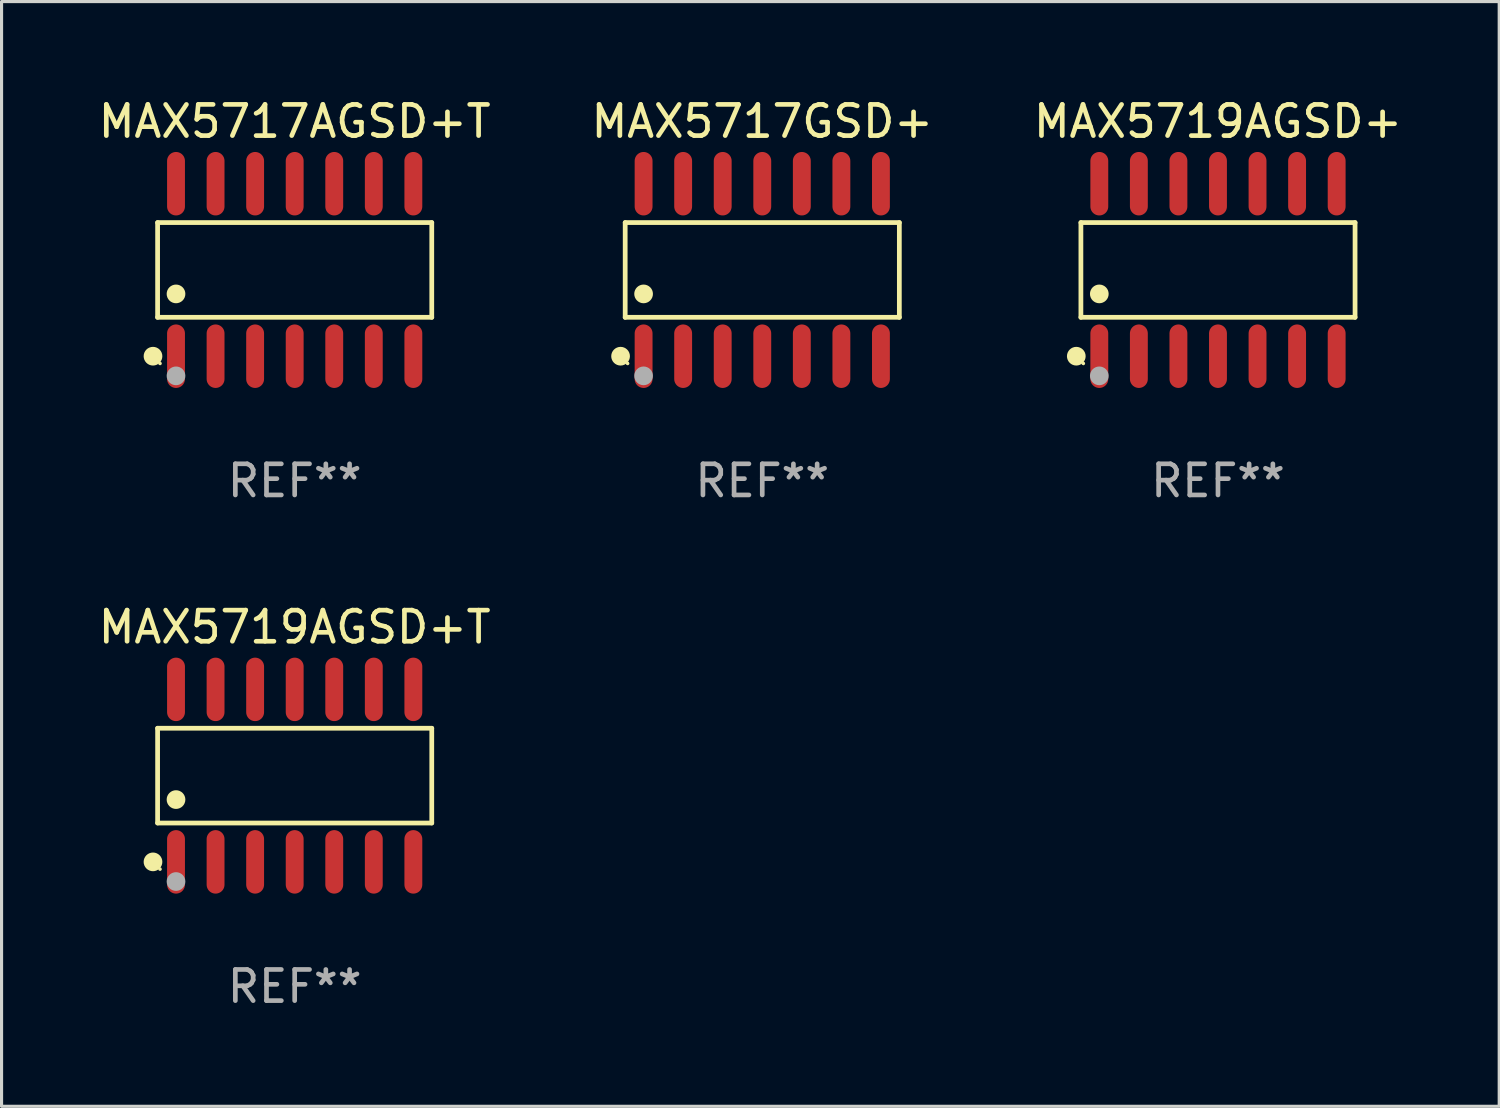
<source format=kicad_pcb>
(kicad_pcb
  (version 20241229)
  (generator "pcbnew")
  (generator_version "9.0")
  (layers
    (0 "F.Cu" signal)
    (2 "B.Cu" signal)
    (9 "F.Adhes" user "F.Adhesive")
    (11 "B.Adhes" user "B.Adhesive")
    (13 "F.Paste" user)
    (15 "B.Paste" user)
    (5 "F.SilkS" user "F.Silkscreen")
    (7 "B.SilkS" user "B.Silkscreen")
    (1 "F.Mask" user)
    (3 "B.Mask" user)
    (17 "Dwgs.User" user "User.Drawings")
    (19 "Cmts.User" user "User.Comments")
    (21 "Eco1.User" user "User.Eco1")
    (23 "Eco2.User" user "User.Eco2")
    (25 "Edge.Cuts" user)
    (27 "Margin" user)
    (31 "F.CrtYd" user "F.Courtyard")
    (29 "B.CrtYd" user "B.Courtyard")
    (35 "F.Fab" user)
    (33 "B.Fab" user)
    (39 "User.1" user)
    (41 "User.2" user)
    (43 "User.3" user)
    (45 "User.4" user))
  (footprint "MAX5717GSD+"
    (layer "F.Cu")
    (at 21.423 5.617)
    (property "Reference" "MAX5717GSD+" (at 0 -4.769 0) (layer "F.SilkS") (effects (font (size 1 1) (thickness 0.15))))
    (attr through_hole)
    (fp_line (start -4.401 -1.521) (end 4.401 -1.521) (stroke (width 0.152) (type solid)) (layer "F.SilkS"))
    (fp_line (start -4.401 1.521) (end -4.401 -1.521) (stroke (width 0.152) (type solid)) (layer "F.SilkS"))
    (fp_line (start 4.401 -1.521) (end 4.401 1.521) (stroke (width 0.152) (type solid)) (layer "F.SilkS"))
    (fp_line (start 4.401 1.521) (end -4.401 1.521) (stroke (width 0.152) (type solid)) (layer "F.SilkS"))
    (fp_circle (center -4.549 2.769) (end -4.399 2.769) (stroke (width 0.3) (type solid)) (fill no) (layer "F.SilkS"))
    (fp_circle (center -4.325 3) (end -4.295 3) (stroke (width 0.06) (type solid)) (fill no) (layer "F.SilkS"))
    (fp_circle (center -3.81 0.769) (end -3.66 0.769) (stroke (width 0.3) (type solid)) (fill no) (layer "F.SilkS"))
    (fp_circle (center -3.81 3.4) (end -3.66 3.4) (stroke (width 0.3) (type solid)) (fill no) (layer "F.Fab"))
    (fp_text user "REF**" (at 0 6.769 0) (layer "F.Fab") (effects (font (size 1 1) (thickness 0.15))))
    (pad "1" smd oval (at -3.81 2.769) (size 0.574 2.038) (layers "F.Cu" "F.Mask" "F.Paste"))
    (pad "2" smd oval (at -2.54 2.769) (size 0.574 2.038) (layers "F.Cu" "F.Mask" "F.Paste"))
    (pad "3" smd oval (at -1.27 2.769) (size 0.574 2.038) (layers "F.Cu" "F.Mask" "F.Paste"))
    (pad "4" smd oval (at 0 2.769) (size 0.574 2.038) (layers "F.Cu" "F.Mask" "F.Paste"))
    (pad "5" smd oval (at 1.27 2.769) (size 0.574 2.038) (layers "F.Cu" "F.Mask" "F.Paste"))
    (pad "6" smd oval (at 2.54 2.769) (size 0.574 2.038) (layers "F.Cu" "F.Mask" "F.Paste"))
    (pad "7" smd oval (at 3.81 2.769) (size 0.574 2.038) (layers "F.Cu" "F.Mask" "F.Paste"))
    (pad "8" smd oval (at 3.81 -2.769) (size 0.574 2.038) (layers "F.Cu" "F.Mask" "F.Paste"))
    (pad "9" smd oval (at 2.54 -2.769) (size 0.574 2.038) (layers "F.Cu" "F.Mask" "F.Paste"))
    (pad "10" smd oval (at 1.27 -2.769) (size 0.574 2.038) (layers "F.Cu" "F.Mask" "F.Paste"))
    (pad "11" smd oval (at 0 -2.769) (size 0.574 2.038) (layers "F.Cu" "F.Mask" "F.Paste"))
    (pad "12" smd oval (at -1.27 -2.769) (size 0.574 2.038) (layers "F.Cu" "F.Mask" "F.Paste"))
    (pad "13" smd oval (at -2.54 -2.769) (size 0.574 2.038) (layers "F.Cu" "F.Mask" "F.Paste"))
    (pad "14" smd oval (at -3.81 -2.769) (size 0.574 2.038) (layers "F.Cu" "F.Mask" "F.Paste")))
  (footprint "MAX5717AGSD+T"
    (layer "F.Cu")
    (at 6.411 5.617)
    (property "Reference" "MAX5717AGSD+T" (at 0 -4.769 0) (layer "F.SilkS") (effects (font (size 1 1) (thickness 0.15))))
    (attr through_hole)
    (fp_line (start -4.401 -1.521) (end 4.401 -1.521) (stroke (width 0.152) (type solid)) (layer "F.SilkS"))
    (fp_line (start -4.401 1.521) (end -4.401 -1.521) (stroke (width 0.152) (type solid)) (layer "F.SilkS"))
    (fp_line (start 4.401 -1.521) (end 4.401 1.521) (stroke (width 0.152) (type solid)) (layer "F.SilkS"))
    (fp_line (start 4.401 1.521) (end -4.401 1.521) (stroke (width 0.152) (type solid)) (layer "F.SilkS"))
    (fp_circle (center -4.549 2.769) (end -4.399 2.769) (stroke (width 0.3) (type solid)) (fill no) (layer "F.SilkS"))
    (fp_circle (center -4.325 3) (end -4.295 3) (stroke (width 0.06) (type solid)) (fill no) (layer "F.SilkS"))
    (fp_circle (center -3.81 0.769) (end -3.66 0.769) (stroke (width 0.3) (type solid)) (fill no) (layer "F.SilkS"))
    (fp_circle (center -3.81 3.4) (end -3.66 3.4) (stroke (width 0.3) (type solid)) (fill no) (layer "F.Fab"))
    (fp_text user "REF**" (at 0 6.769 0) (layer "F.Fab") (effects (font (size 1 1) (thickness 0.15))))
    (pad "1" smd oval (at -3.81 2.769) (size 0.574 2.038) (layers "F.Cu" "F.Mask" "F.Paste"))
    (pad "2" smd oval (at -2.54 2.769) (size 0.574 2.038) (layers "F.Cu" "F.Mask" "F.Paste"))
    (pad "3" smd oval (at -1.27 2.769) (size 0.574 2.038) (layers "F.Cu" "F.Mask" "F.Paste"))
    (pad "4" smd oval (at 0 2.769) (size 0.574 2.038) (layers "F.Cu" "F.Mask" "F.Paste"))
    (pad "5" smd oval (at 1.27 2.769) (size 0.574 2.038) (layers "F.Cu" "F.Mask" "F.Paste"))
    (pad "6" smd oval (at 2.54 2.769) (size 0.574 2.038) (layers "F.Cu" "F.Mask" "F.Paste"))
    (pad "7" smd oval (at 3.81 2.769) (size 0.574 2.038) (layers "F.Cu" "F.Mask" "F.Paste"))
    (pad "8" smd oval (at 3.81 -2.769) (size 0.574 2.038) (layers "F.Cu" "F.Mask" "F.Paste"))
    (pad "9" smd oval (at 2.54 -2.769) (size 0.574 2.038) (layers "F.Cu" "F.Mask" "F.Paste"))
    (pad "10" smd oval (at 1.27 -2.769) (size 0.574 2.038) (layers "F.Cu" "F.Mask" "F.Paste"))
    (pad "11" smd oval (at 0 -2.769) (size 0.574 2.038) (layers "F.Cu" "F.Mask" "F.Paste"))
    (pad "12" smd oval (at -1.27 -2.769) (size 0.574 2.038) (layers "F.Cu" "F.Mask" "F.Paste"))
    (pad "13" smd oval (at -2.54 -2.769) (size 0.574 2.038) (layers "F.Cu" "F.Mask" "F.Paste"))
    (pad "14" smd oval (at -3.81 -2.769) (size 0.574 2.038) (layers "F.Cu" "F.Mask" "F.Paste")))
  (footprint "MAX5719AGSD+"
    (layer "F.Cu")
    (at 36.054 5.617)
    (property "Reference" "MAX5719AGSD+" (at 0 -4.769 0) (layer "F.SilkS") (effects (font (size 1 1) (thickness 0.15))))
    (attr through_hole)
    (fp_line (start -4.401 -1.521) (end 4.401 -1.521) (stroke (width 0.152) (type solid)) (layer "F.SilkS"))
    (fp_line (start -4.401 1.521) (end -4.401 -1.521) (stroke (width 0.152) (type solid)) (layer "F.SilkS"))
    (fp_line (start 4.401 -1.521) (end 4.401 1.521) (stroke (width 0.152) (type solid)) (layer "F.SilkS"))
    (fp_line (start 4.401 1.521) (end -4.401 1.521) (stroke (width 0.152) (type solid)) (layer "F.SilkS"))
    (fp_circle (center -4.549 2.769) (end -4.399 2.769) (stroke (width 0.3) (type solid)) (fill no) (layer "F.SilkS"))
    (fp_circle (center -4.325 3) (end -4.295 3) (stroke (width 0.06) (type solid)) (fill no) (layer "F.SilkS"))
    (fp_circle (center -3.81 0.769) (end -3.66 0.769) (stroke (width 0.3) (type solid)) (fill no) (layer "F.SilkS"))
    (fp_circle (center -3.81 3.4) (end -3.66 3.4) (stroke (width 0.3) (type solid)) (fill no) (layer "F.Fab"))
    (fp_text user "REF**" (at 0 6.769 0) (layer "F.Fab") (effects (font (size 1 1) (thickness 0.15))))
    (pad "1" smd oval (at -3.81 2.769) (size 0.574 2.038) (layers "F.Cu" "F.Mask" "F.Paste"))
    (pad "2" smd oval (at -2.54 2.769) (size 0.574 2.038) (layers "F.Cu" "F.Mask" "F.Paste"))
    (pad "3" smd oval (at -1.27 2.769) (size 0.574 2.038) (layers "F.Cu" "F.Mask" "F.Paste"))
    (pad "4" smd oval (at 0 2.769) (size 0.574 2.038) (layers "F.Cu" "F.Mask" "F.Paste"))
    (pad "5" smd oval (at 1.27 2.769) (size 0.574 2.038) (layers "F.Cu" "F.Mask" "F.Paste"))
    (pad "6" smd oval (at 2.54 2.769) (size 0.574 2.038) (layers "F.Cu" "F.Mask" "F.Paste"))
    (pad "7" smd oval (at 3.81 2.769) (size 0.574 2.038) (layers "F.Cu" "F.Mask" "F.Paste"))
    (pad "8" smd oval (at 3.81 -2.769) (size 0.574 2.038) (layers "F.Cu" "F.Mask" "F.Paste"))
    (pad "9" smd oval (at 2.54 -2.769) (size 0.574 2.038) (layers "F.Cu" "F.Mask" "F.Paste"))
    (pad "10" smd oval (at 1.27 -2.769) (size 0.574 2.038) (layers "F.Cu" "F.Mask" "F.Paste"))
    (pad "11" smd oval (at 0 -2.769) (size 0.574 2.038) (layers "F.Cu" "F.Mask" "F.Paste"))
    (pad "12" smd oval (at -1.27 -2.769) (size 0.574 2.038) (layers "F.Cu" "F.Mask" "F.Paste"))
    (pad "13" smd oval (at -2.54 -2.769) (size 0.574 2.038) (layers "F.Cu" "F.Mask" "F.Paste"))
    (pad "14" smd oval (at -3.81 -2.769) (size 0.574 2.038) (layers "F.Cu" "F.Mask" "F.Paste")))
  (footprint "MAX5719AGSD+T"
    (layer "F.Cu")
    (at 6.411 21.852)
    (property "Reference" "MAX5719AGSD+T" (at 0 -4.769 0) (layer "F.SilkS") (effects (font (size 1 1) (thickness 0.15))))
    (attr through_hole)
    (fp_line (start -4.401 -1.521) (end 4.401 -1.521) (stroke (width 0.152) (type solid)) (layer "F.SilkS"))
    (fp_line (start -4.401 1.521) (end -4.401 -1.521) (stroke (width 0.152) (type solid)) (layer "F.SilkS"))
    (fp_line (start 4.401 -1.521) (end 4.401 1.521) (stroke (width 0.152) (type solid)) (layer "F.SilkS"))
    (fp_line (start 4.401 1.521) (end -4.401 1.521) (stroke (width 0.152) (type solid)) (layer "F.SilkS"))
    (fp_circle (center -4.549 2.769) (end -4.399 2.769) (stroke (width 0.3) (type solid)) (fill no) (layer "F.SilkS"))
    (fp_circle (center -4.325 3) (end -4.295 3) (stroke (width 0.06) (type solid)) (fill no) (layer "F.SilkS"))
    (fp_circle (center -3.81 0.769) (end -3.66 0.769) (stroke (width 0.3) (type solid)) (fill no) (layer "F.SilkS"))
    (fp_circle (center -3.81 3.4) (end -3.66 3.4) (stroke (width 0.3) (type solid)) (fill no) (layer "F.Fab"))
    (fp_text user "REF**" (at 0 6.769 0) (layer "F.Fab") (effects (font (size 1 1) (thickness 0.15))))
    (pad "1" smd oval (at -3.81 2.769) (size 0.574 2.038) (layers "F.Cu" "F.Mask" "F.Paste"))
    (pad "2" smd oval (at -2.54 2.769) (size 0.574 2.038) (layers "F.Cu" "F.Mask" "F.Paste"))
    (pad "3" smd oval (at -1.27 2.769) (size 0.574 2.038) (layers "F.Cu" "F.Mask" "F.Paste"))
    (pad "4" smd oval (at 0 2.769) (size 0.574 2.038) (layers "F.Cu" "F.Mask" "F.Paste"))
    (pad "5" smd oval (at 1.27 2.769) (size 0.574 2.038) (layers "F.Cu" "F.Mask" "F.Paste"))
    (pad "6" smd oval (at 2.54 2.769) (size 0.574 2.038) (layers "F.Cu" "F.Mask" "F.Paste"))
    (pad "7" smd oval (at 3.81 2.769) (size 0.574 2.038) (layers "F.Cu" "F.Mask" "F.Paste"))
    (pad "8" smd oval (at 3.81 -2.769) (size 0.574 2.038) (layers "F.Cu" "F.Mask" "F.Paste"))
    (pad "9" smd oval (at 2.54 -2.769) (size 0.574 2.038) (layers "F.Cu" "F.Mask" "F.Paste"))
    (pad "10" smd oval (at 1.27 -2.769) (size 0.574 2.038) (layers "F.Cu" "F.Mask" "F.Paste"))
    (pad "11" smd oval (at 0 -2.769) (size 0.574 2.038) (layers "F.Cu" "F.Mask" "F.Paste"))
    (pad "12" smd oval (at -1.27 -2.769) (size 0.574 2.038) (layers "F.Cu" "F.Mask" "F.Paste"))
    (pad "13" smd oval (at -2.54 -2.769) (size 0.574 2.038) (layers "F.Cu" "F.Mask" "F.Paste"))
    (pad "14" smd oval (at -3.81 -2.769) (size 0.574 2.038) (layers "F.Cu" "F.Mask" "F.Paste")))
  (gr_rect
    (start -3 -3)
    (end 45.083 32.469)
    (stroke (width 0.1) (type default))
    (fill no)
    (layer "Edge.Cuts")))
</source>
